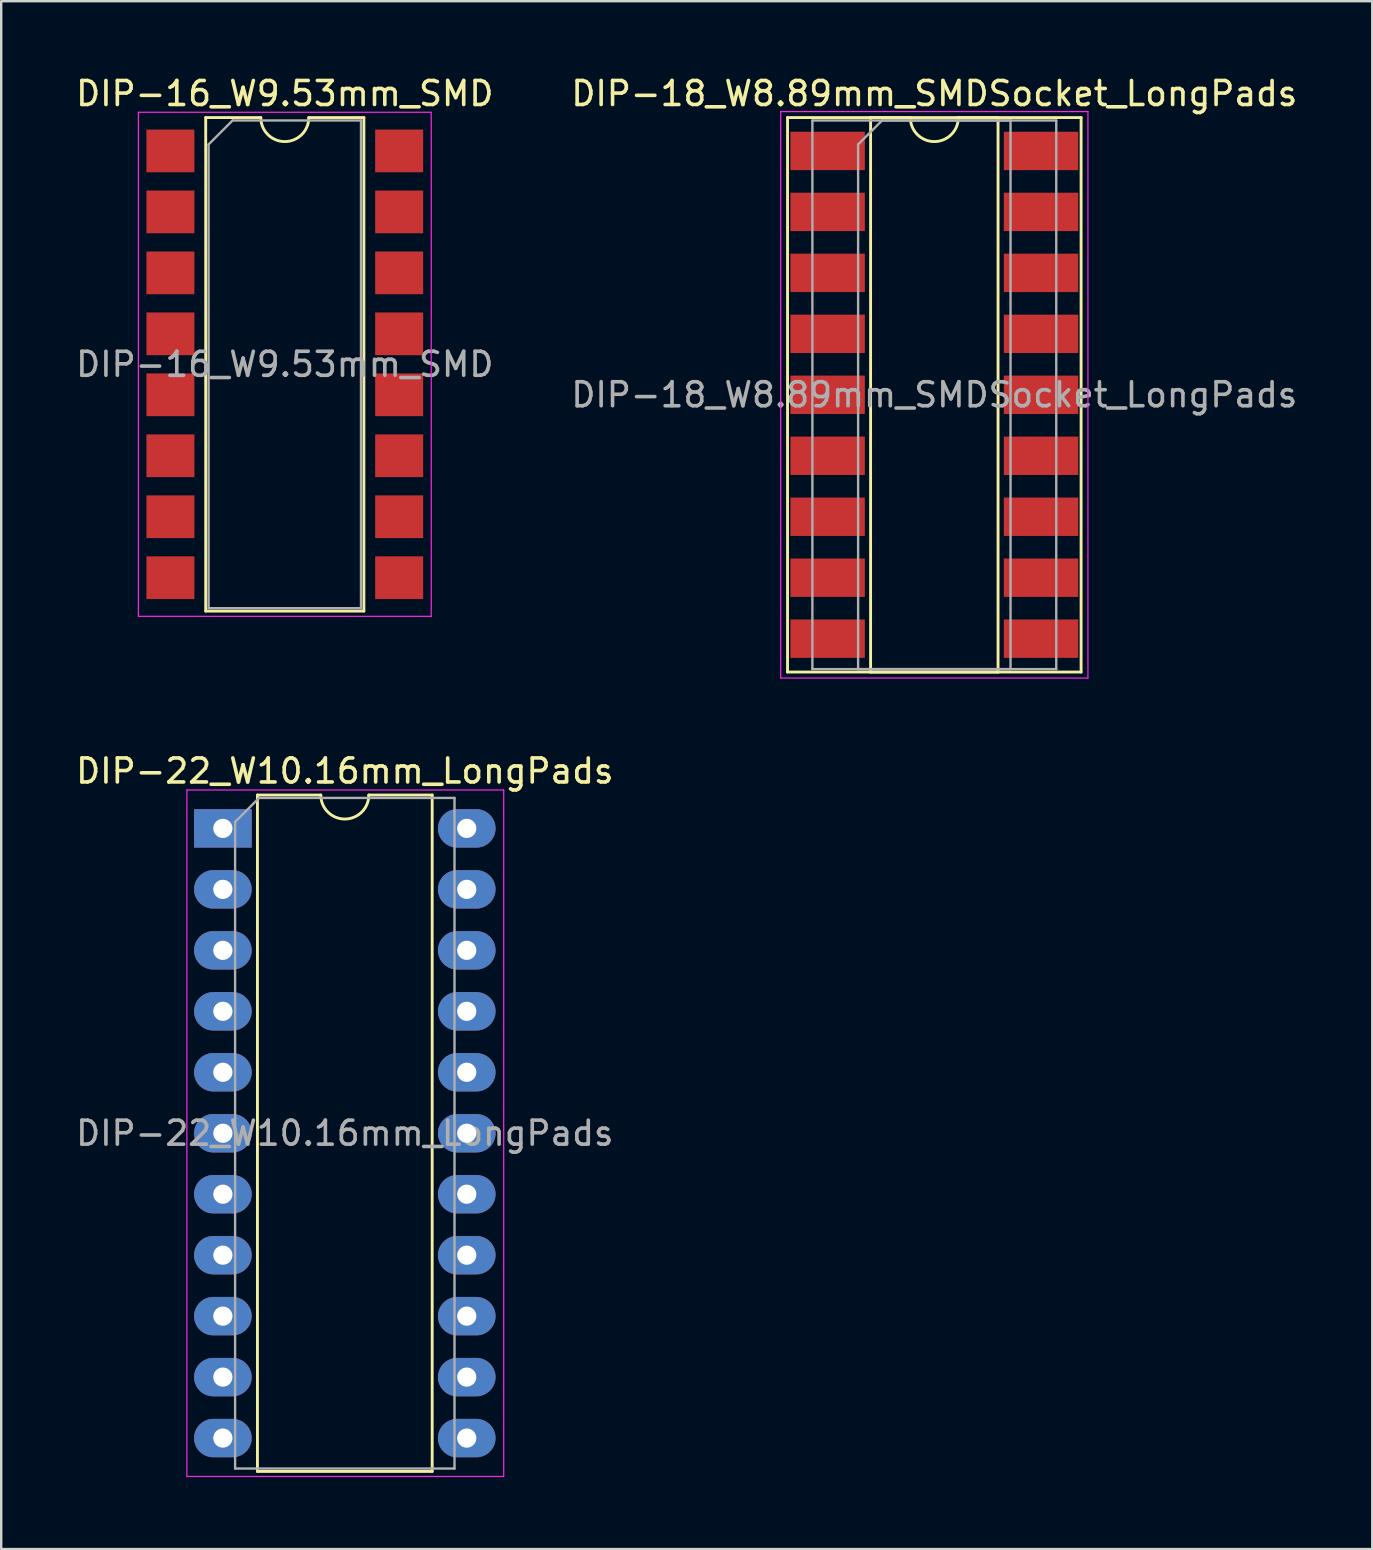
<source format=kicad_pcb>
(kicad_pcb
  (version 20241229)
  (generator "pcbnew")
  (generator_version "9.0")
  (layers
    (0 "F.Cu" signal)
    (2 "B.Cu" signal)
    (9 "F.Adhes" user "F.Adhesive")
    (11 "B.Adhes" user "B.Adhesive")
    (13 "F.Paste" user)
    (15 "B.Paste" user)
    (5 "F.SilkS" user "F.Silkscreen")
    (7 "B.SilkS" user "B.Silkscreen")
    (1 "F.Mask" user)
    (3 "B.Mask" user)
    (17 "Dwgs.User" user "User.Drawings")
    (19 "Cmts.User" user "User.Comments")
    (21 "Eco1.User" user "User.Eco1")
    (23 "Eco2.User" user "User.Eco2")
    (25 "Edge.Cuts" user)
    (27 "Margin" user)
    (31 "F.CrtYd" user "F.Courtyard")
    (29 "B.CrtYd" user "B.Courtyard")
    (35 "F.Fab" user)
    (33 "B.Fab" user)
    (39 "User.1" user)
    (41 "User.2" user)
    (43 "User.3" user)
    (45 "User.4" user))
  (footprint "DIP-16_W9.53mm_SMD"
    (layer "F.Cu")
    (at 8.815 12.128)
    (property "Reference" "DIP-16_W9.53mm_SMD" (at 0 -11.28 0) (layer "F.SilkS") (effects (font (size 1 1) (thickness 0.15))))
    (attr smd)
    (fp_line (start -3.295 -10.28) (end -3.295 10.28) (stroke (width 0.12) (type solid)) (layer "F.SilkS"))
    (fp_line (start -3.295 10.28) (end 3.295 10.28) (stroke (width 0.12) (type solid)) (layer "F.SilkS"))
    (fp_line (start -1 -10.28) (end -3.295 -10.28) (stroke (width 0.12) (type solid)) (layer "F.SilkS"))
    (fp_line (start 3.295 -10.28) (end 1 -10.28) (stroke (width 0.12) (type solid)) (layer "F.SilkS"))
    (fp_line (start 3.295 10.28) (end 3.295 -10.28) (stroke (width 0.12) (type solid)) (layer "F.SilkS"))
    (fp_arc (start 1 -10.28) (mid 0 -9.28) (end -1 -10.28) (stroke (width 0.12) (type solid)) (layer "F.SilkS"))
    (fp_line (start -6.1 -10.5) (end -6.1 10.5) (stroke (width 0.05) (type solid)) (layer "F.CrtYd"))
    (fp_line (start -6.1 10.5) (end 6.1 10.5) (stroke (width 0.05) (type solid)) (layer "F.CrtYd"))
    (fp_line (start 6.1 -10.5) (end -6.1 -10.5) (stroke (width 0.05) (type solid)) (layer "F.CrtYd"))
    (fp_line (start 6.1 10.5) (end 6.1 -10.5) (stroke (width 0.05) (type solid)) (layer "F.CrtYd"))
    (fp_line (start -3.175 -9.16) (end -2.175 -10.16) (stroke (width 0.1) (type solid)) (layer "F.Fab"))
    (fp_line (start -3.175 10.16) (end -3.175 -9.16) (stroke (width 0.1) (type solid)) (layer "F.Fab"))
    (fp_line (start -2.175 -10.16) (end 3.175 -10.16) (stroke (width 0.1) (type solid)) (layer "F.Fab"))
    (fp_line (start 3.175 -10.16) (end 3.175 10.16) (stroke (width 0.1) (type solid)) (layer "F.Fab"))
    (fp_line (start 3.175 10.16) (end -3.175 10.16) (stroke (width 0.1) (type solid)) (layer "F.Fab"))
    (fp_text user "${REFERENCE}" (at 0 0 0) (layer "F.Fab") (effects (font (size 1 1) (thickness 0.15))))
    (pad "1" smd rect (at -4.765 -8.89) (size 2 1.78) (layers "F.Cu" "F.Mask" "F.Paste"))
    (pad "2" smd rect (at -4.765 -6.35) (size 2 1.78) (layers "F.Cu" "F.Mask" "F.Paste"))
    (pad "3" smd rect (at -4.765 -3.81) (size 2 1.78) (layers "F.Cu" "F.Mask" "F.Paste"))
    (pad "4" smd rect (at -4.765 -1.27) (size 2 1.78) (layers "F.Cu" "F.Mask" "F.Paste"))
    (pad "5" smd rect (at -4.765 1.27) (size 2 1.78) (layers "F.Cu" "F.Mask" "F.Paste"))
    (pad "6" smd rect (at -4.765 3.81) (size 2 1.78) (layers "F.Cu" "F.Mask" "F.Paste"))
    (pad "7" smd rect (at -4.765 6.35) (size 2 1.78) (layers "F.Cu" "F.Mask" "F.Paste"))
    (pad "8" smd rect (at -4.765 8.89) (size 2 1.78) (layers "F.Cu" "F.Mask" "F.Paste"))
    (pad "9" smd rect (at 4.765 8.89) (size 2 1.78) (layers "F.Cu" "F.Mask" "F.Paste"))
    (pad "10" smd rect (at 4.765 6.35) (size 2 1.78) (layers "F.Cu" "F.Mask" "F.Paste"))
    (pad "11" smd rect (at 4.765 3.81) (size 2 1.78) (layers "F.Cu" "F.Mask" "F.Paste"))
    (pad "12" smd rect (at 4.765 1.27) (size 2 1.78) (layers "F.Cu" "F.Mask" "F.Paste"))
    (pad "13" smd rect (at 4.765 -1.27) (size 2 1.78) (layers "F.Cu" "F.Mask" "F.Paste"))
    (pad "14" smd rect (at 4.765 -3.81) (size 2 1.78) (layers "F.Cu" "F.Mask" "F.Paste"))
    (pad "15" smd rect (at 4.765 -6.35) (size 2 1.78) (layers "F.Cu" "F.Mask" "F.Paste"))
    (pad "16" smd rect (at 4.765 -8.89) (size 2 1.78) (layers "F.Cu" "F.Mask" "F.Paste")))
  (footprint "DIP-18_W8.89mm_SMDSocket_LongPads"
    (layer "F.Cu")
    (at 35.875 13.398)
    (property "Reference" "DIP-18_W8.89mm_SMDSocket_LongPads" (at 0 -12.55 0) (layer "F.SilkS") (effects (font (size 1 1) (thickness 0.15))))
    (attr smd)
    (fp_line (start -6.115 -11.55) (end -6.115 11.55) (stroke (width 0.12) (type solid)) (layer "F.SilkS"))
    (fp_line (start -6.115 11.55) (end 6.115 11.55) (stroke (width 0.12) (type solid)) (layer "F.SilkS"))
    (fp_line (start -2.655 -11.55) (end -2.655 11.55) (stroke (width 0.12) (type solid)) (layer "F.SilkS"))
    (fp_line (start -2.655 11.55) (end 2.655 11.55) (stroke (width 0.12) (type solid)) (layer "F.SilkS"))
    (fp_line (start -1 -11.55) (end -2.655 -11.55) (stroke (width 0.12) (type solid)) (layer "F.SilkS"))
    (fp_line (start 2.655 -11.55) (end 1 -11.55) (stroke (width 0.12) (type solid)) (layer "F.SilkS"))
    (fp_line (start 2.655 11.55) (end 2.655 -11.55) (stroke (width 0.12) (type solid)) (layer "F.SilkS"))
    (fp_line (start 6.115 -11.55) (end -6.115 -11.55) (stroke (width 0.12) (type solid)) (layer "F.SilkS"))
    (fp_line (start 6.115 11.55) (end 6.115 -11.55) (stroke (width 0.12) (type solid)) (layer "F.SilkS"))
    (fp_arc (start 1 -11.55) (mid 0 -10.55) (end -1 -11.55) (stroke (width 0.12) (type solid)) (layer "F.SilkS"))
    (fp_line (start -6.4 -11.8) (end -6.4 11.8) (stroke (width 0.05) (type solid)) (layer "F.CrtYd"))
    (fp_line (start -6.4 11.8) (end 6.4 11.8) (stroke (width 0.05) (type solid)) (layer "F.CrtYd"))
    (fp_line (start 6.4 -11.8) (end -6.4 -11.8) (stroke (width 0.05) (type solid)) (layer "F.CrtYd"))
    (fp_line (start 6.4 11.8) (end 6.4 -11.8) (stroke (width 0.05) (type solid)) (layer "F.CrtYd"))
    (fp_line (start -5.08 -11.43) (end -5.08 11.43) (stroke (width 0.1) (type solid)) (layer "F.Fab"))
    (fp_line (start -5.08 11.43) (end 5.08 11.43) (stroke (width 0.1) (type solid)) (layer "F.Fab"))
    (fp_line (start -3.175 -10.43) (end -2.175 -11.43) (stroke (width 0.1) (type solid)) (layer "F.Fab"))
    (fp_line (start -3.175 11.43) (end -3.175 -10.43) (stroke (width 0.1) (type solid)) (layer "F.Fab"))
    (fp_line (start -2.175 -11.43) (end 3.175 -11.43) (stroke (width 0.1) (type solid)) (layer "F.Fab"))
    (fp_line (start 3.175 -11.43) (end 3.175 11.43) (stroke (width 0.1) (type solid)) (layer "F.Fab"))
    (fp_line (start 3.175 11.43) (end -3.175 11.43) (stroke (width 0.1) (type solid)) (layer "F.Fab"))
    (fp_line (start 5.08 -11.43) (end -5.08 -11.43) (stroke (width 0.1) (type solid)) (layer "F.Fab"))
    (fp_line (start 5.08 11.43) (end 5.08 -11.43) (stroke (width 0.1) (type solid)) (layer "F.Fab"))
    (fp_text user "${REFERENCE}" (at 0 0 0) (layer "F.Fab") (effects (font (size 1 1) (thickness 0.15))))
    (pad "1" smd rect (at -4.445 -10.16) (size 3.1 1.6) (layers "F.Cu" "F.Mask" "F.Paste"))
    (pad "2" smd rect (at -4.445 -7.62) (size 3.1 1.6) (layers "F.Cu" "F.Mask" "F.Paste"))
    (pad "3" smd rect (at -4.445 -5.08) (size 3.1 1.6) (layers "F.Cu" "F.Mask" "F.Paste"))
    (pad "4" smd rect (at -4.445 -2.54) (size 3.1 1.6) (layers "F.Cu" "F.Mask" "F.Paste"))
    (pad "5" smd rect (at -4.445 0) (size 3.1 1.6) (layers "F.Cu" "F.Mask" "F.Paste"))
    (pad "6" smd rect (at -4.445 2.54) (size 3.1 1.6) (layers "F.Cu" "F.Mask" "F.Paste"))
    (pad "7" smd rect (at -4.445 5.08) (size 3.1 1.6) (layers "F.Cu" "F.Mask" "F.Paste"))
    (pad "8" smd rect (at -4.445 7.62) (size 3.1 1.6) (layers "F.Cu" "F.Mask" "F.Paste"))
    (pad "9" smd rect (at -4.445 10.16) (size 3.1 1.6) (layers "F.Cu" "F.Mask" "F.Paste"))
    (pad "10" smd rect (at 4.445 10.16) (size 3.1 1.6) (layers "F.Cu" "F.Mask" "F.Paste"))
    (pad "11" smd rect (at 4.445 7.62) (size 3.1 1.6) (layers "F.Cu" "F.Mask" "F.Paste"))
    (pad "12" smd rect (at 4.445 5.08) (size 3.1 1.6) (layers "F.Cu" "F.Mask" "F.Paste"))
    (pad "13" smd rect (at 4.445 2.54) (size 3.1 1.6) (layers "F.Cu" "F.Mask" "F.Paste"))
    (pad "14" smd rect (at 4.445 0) (size 3.1 1.6) (layers "F.Cu" "F.Mask" "F.Paste"))
    (pad "15" smd rect (at 4.445 -2.54) (size 3.1 1.6) (layers "F.Cu" "F.Mask" "F.Paste"))
    (pad "16" smd rect (at 4.445 -5.08) (size 3.1 1.6) (layers "F.Cu" "F.Mask" "F.Paste"))
    (pad "17" smd rect (at 4.445 -7.62) (size 3.1 1.6) (layers "F.Cu" "F.Mask" "F.Paste"))
    (pad "18" smd rect (at 4.445 -10.16) (size 3.1 1.6) (layers "F.Cu" "F.Mask" "F.Paste")))
  (footprint "DIP-22_W10.16mm_LongPads"
    (layer "F.Cu")
    (at 6.235 31.462)
    (property "Reference" "DIP-22_W10.16mm_LongPads" (at 5.08 -2.39 0) (layer "F.SilkS") (effects (font (size 1 1) (thickness 0.15))))
    (attr through_hole)
    (fp_line (start 1.44 -1.39) (end 1.44 26.79) (stroke (width 0.12) (type solid)) (layer "F.SilkS"))
    (fp_line (start 1.44 26.79) (end 8.72 26.79) (stroke (width 0.12) (type solid)) (layer "F.SilkS"))
    (fp_line (start 4.08 -1.39) (end 1.44 -1.39) (stroke (width 0.12) (type solid)) (layer "F.SilkS"))
    (fp_line (start 8.72 -1.39) (end 6.08 -1.39) (stroke (width 0.12) (type solid)) (layer "F.SilkS"))
    (fp_line (start 8.72 26.79) (end 8.72 -1.39) (stroke (width 0.12) (type solid)) (layer "F.SilkS"))
    (fp_arc (start 6.08 -1.39) (mid 5.08 -0.39) (end 4.08 -1.39) (stroke (width 0.12) (type solid)) (layer "F.SilkS"))
    (fp_line (start -1.5 -1.6) (end -1.5 27) (stroke (width 0.05) (type solid)) (layer "F.CrtYd"))
    (fp_line (start -1.5 27) (end 11.7 27) (stroke (width 0.05) (type solid)) (layer "F.CrtYd"))
    (fp_line (start 11.7 -1.6) (end -1.5 -1.6) (stroke (width 0.05) (type solid)) (layer "F.CrtYd"))
    (fp_line (start 11.7 27) (end 11.7 -1.6) (stroke (width 0.05) (type solid)) (layer "F.CrtYd"))
    (fp_line (start 0.51 -0.27) (end 1.51 -1.27) (stroke (width 0.1) (type solid)) (layer "F.Fab"))
    (fp_line (start 0.51 26.67) (end 0.51 -0.27) (stroke (width 0.1) (type solid)) (layer "F.Fab"))
    (fp_line (start 1.51 -1.27) (end 9.65 -1.27) (stroke (width 0.1) (type solid)) (layer "F.Fab"))
    (fp_line (start 9.65 -1.27) (end 9.65 26.67) (stroke (width 0.1) (type solid)) (layer "F.Fab"))
    (fp_line (start 9.65 26.67) (end 0.51 26.67) (stroke (width 0.1) (type solid)) (layer "F.Fab"))
    (fp_text user "${REFERENCE}" (at 5.08 12.7 0) (layer "F.Fab") (effects (font (size 1 1) (thickness 0.15))))
    (pad "1" thru_hole rect (at 0 0) (size 2.4 1.6) (drill 0.8) (layers "*.Cu" "*.Mask"))
    (pad "2" thru_hole oval (at 0 2.54) (size 2.4 1.6) (drill 0.8) (layers "*.Cu" "*.Mask"))
    (pad "3" thru_hole oval (at 0 5.08) (size 2.4 1.6) (drill 0.8) (layers "*.Cu" "*.Mask"))
    (pad "4" thru_hole oval (at 0 7.62) (size 2.4 1.6) (drill 0.8) (layers "*.Cu" "*.Mask"))
    (pad "5" thru_hole oval (at 0 10.16) (size 2.4 1.6) (drill 0.8) (layers "*.Cu" "*.Mask"))
    (pad "6" thru_hole oval (at 0 12.7) (size 2.4 1.6) (drill 0.8) (layers "*.Cu" "*.Mask"))
    (pad "7" thru_hole oval (at 0 15.24) (size 2.4 1.6) (drill 0.8) (layers "*.Cu" "*.Mask"))
    (pad "8" thru_hole oval (at 0 17.78) (size 2.4 1.6) (drill 0.8) (layers "*.Cu" "*.Mask"))
    (pad "9" thru_hole oval (at 0 20.32) (size 2.4 1.6) (drill 0.8) (layers "*.Cu" "*.Mask"))
    (pad "10" thru_hole oval (at 0 22.86) (size 2.4 1.6) (drill 0.8) (layers "*.Cu" "*.Mask"))
    (pad "11" thru_hole oval (at 0 25.4) (size 2.4 1.6) (drill 0.8) (layers "*.Cu" "*.Mask"))
    (pad "12" thru_hole oval (at 10.16 25.4) (size 2.4 1.6) (drill 0.8) (layers "*.Cu" "*.Mask"))
    (pad "13" thru_hole oval (at 10.16 22.86) (size 2.4 1.6) (drill 0.8) (layers "*.Cu" "*.Mask"))
    (pad "14" thru_hole oval (at 10.16 20.32) (size 2.4 1.6) (drill 0.8) (layers "*.Cu" "*.Mask"))
    (pad "15" thru_hole oval (at 10.16 17.78) (size 2.4 1.6) (drill 0.8) (layers "*.Cu" "*.Mask"))
    (pad "16" thru_hole oval (at 10.16 15.24) (size 2.4 1.6) (drill 0.8) (layers "*.Cu" "*.Mask"))
    (pad "17" thru_hole oval (at 10.16 12.7) (size 2.4 1.6) (drill 0.8) (layers "*.Cu" "*.Mask"))
    (pad "18" thru_hole oval (at 10.16 10.16) (size 2.4 1.6) (drill 0.8) (layers "*.Cu" "*.Mask"))
    (pad "19" thru_hole oval (at 10.16 7.62) (size 2.4 1.6) (drill 0.8) (layers "*.Cu" "*.Mask"))
    (pad "20" thru_hole oval (at 10.16 5.08) (size 2.4 1.6) (drill 0.8) (layers "*.Cu" "*.Mask"))
    (pad "21" thru_hole oval (at 10.16 2.54) (size 2.4 1.6) (drill 0.8) (layers "*.Cu" "*.Mask"))
    (pad "22" thru_hole oval (at 10.16 0) (size 2.4 1.6) (drill 0.8) (layers "*.Cu" "*.Mask")))
  (gr_rect
    (start -3 -3)
    (end 54.119 61.486)
    (stroke (width 0.1) (type default))
    (fill no)
    (layer "Edge.Cuts")))
</source>
